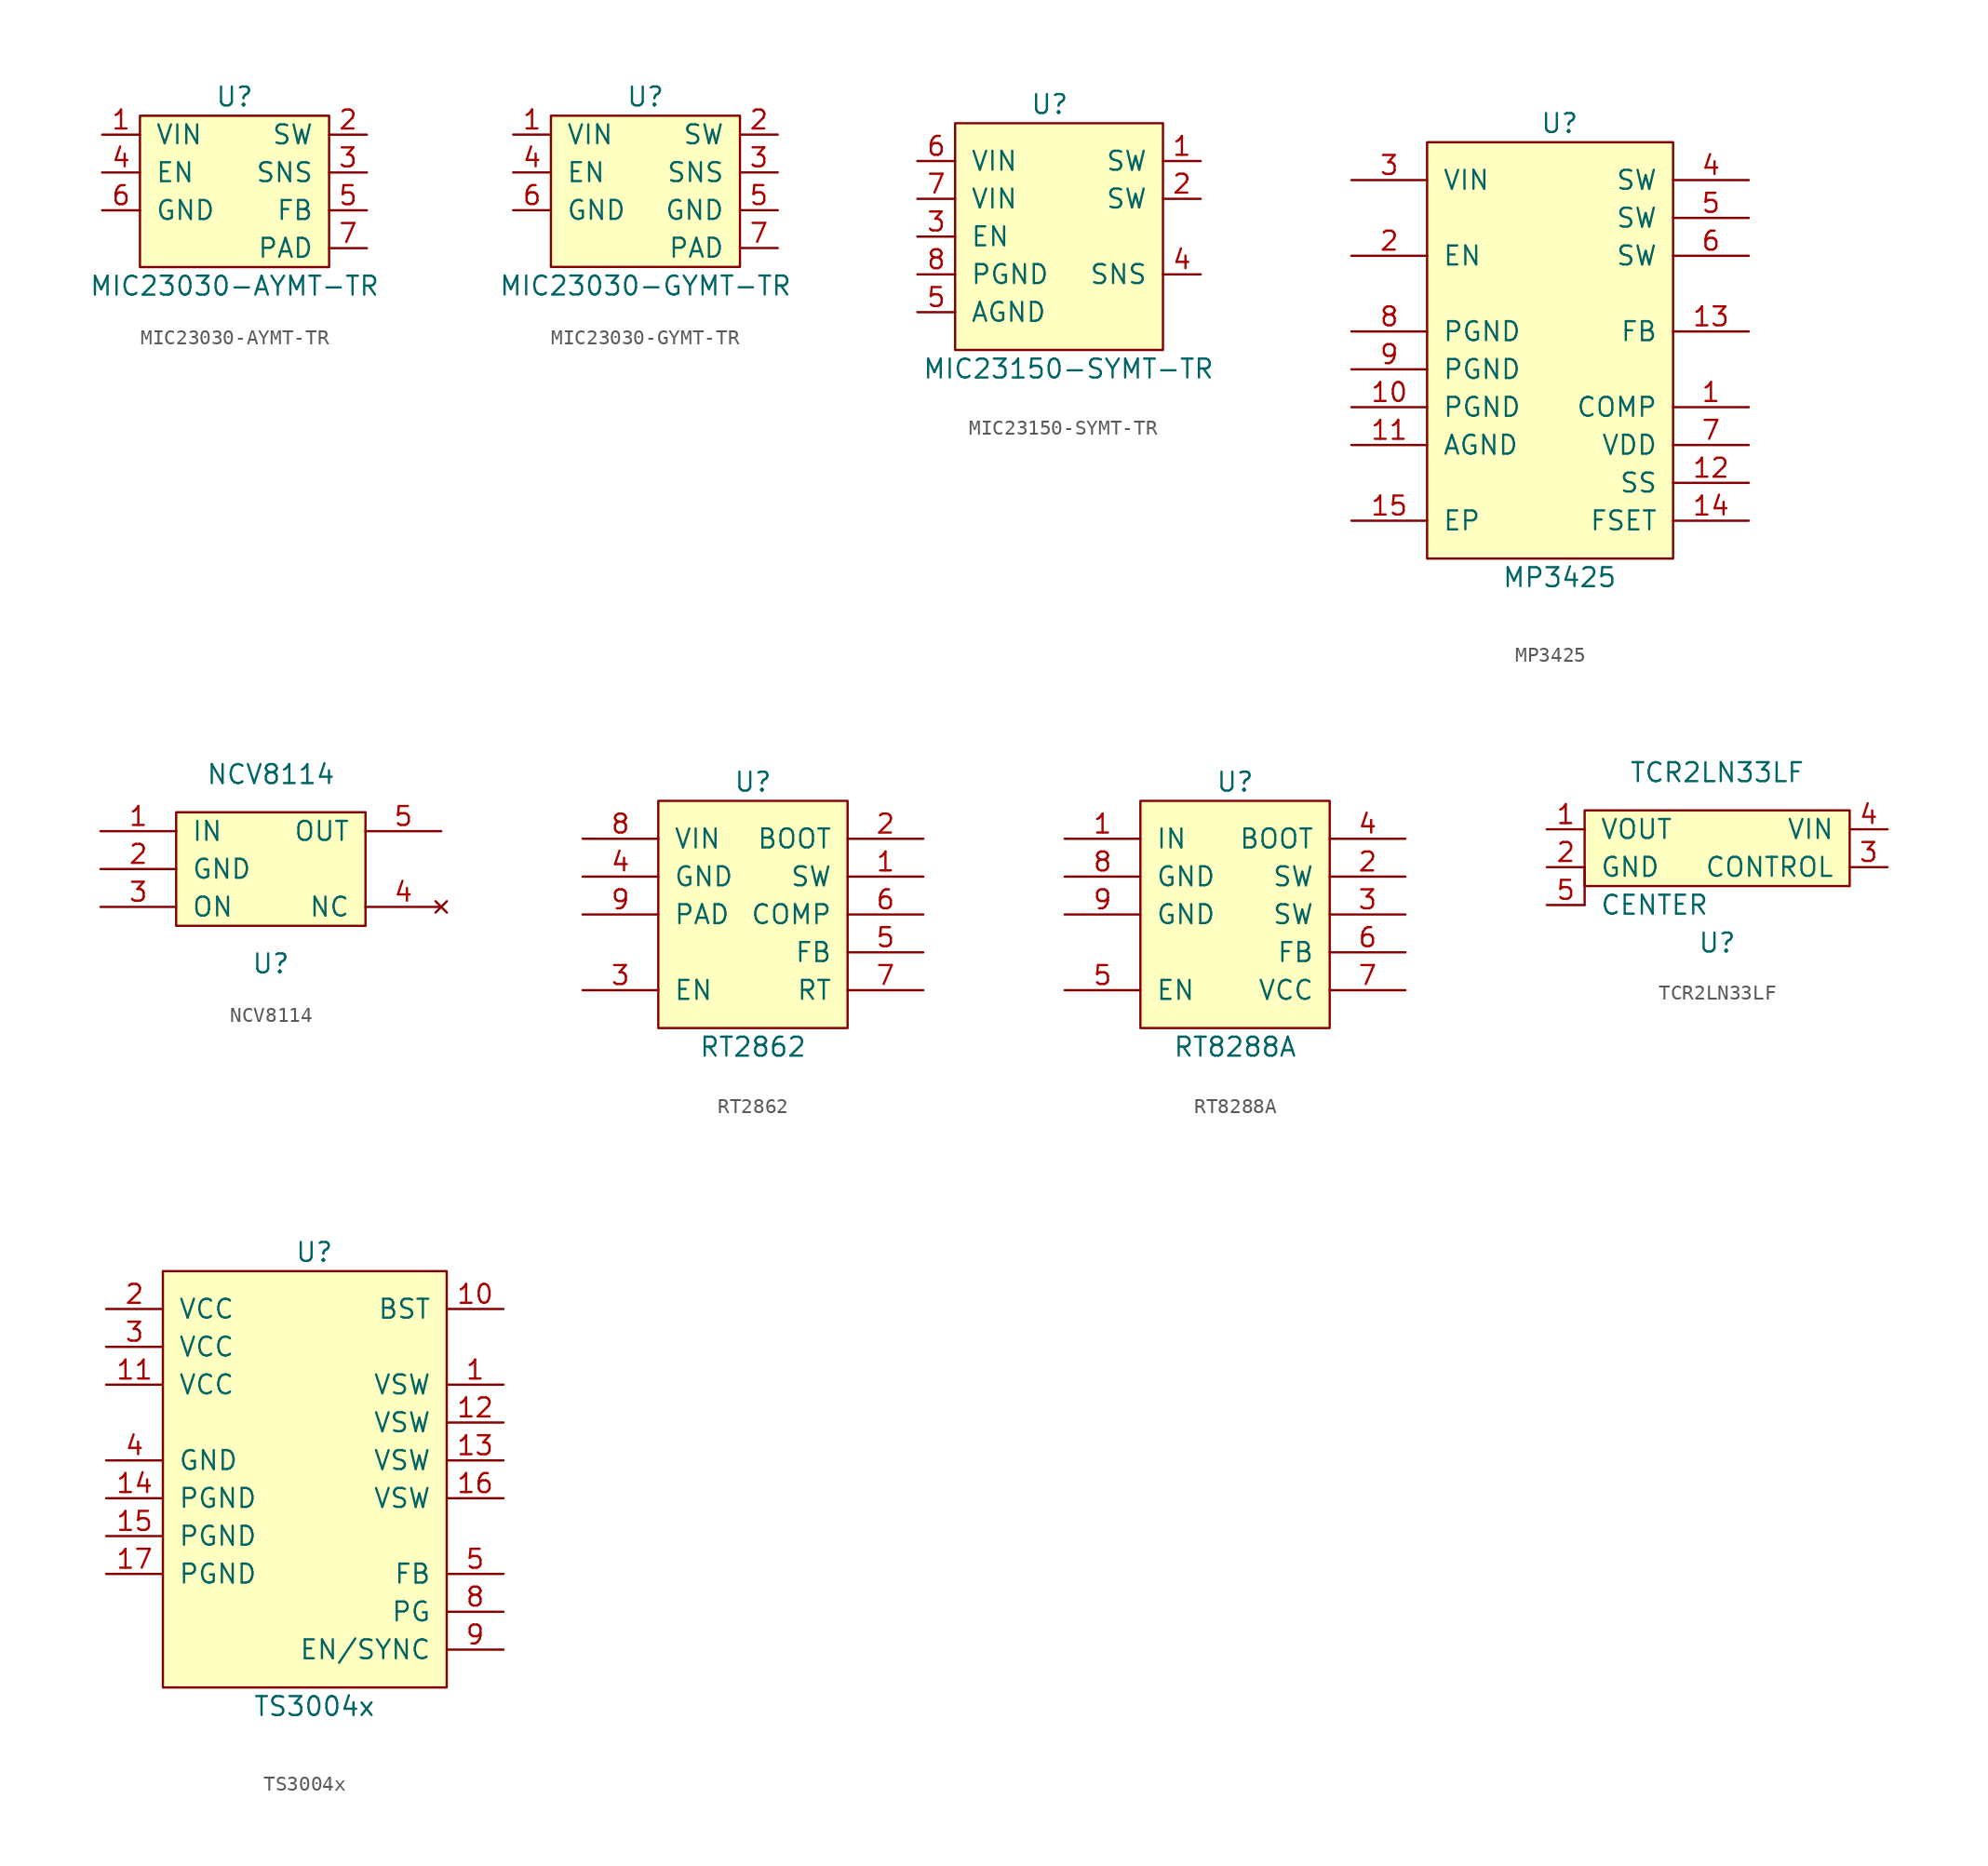
<source format=kicad_sym>
(kicad_symbol_lib
  (version 20211014)
  (generator kicad_symbol_editor)
  (symbol "MIC23030-AYMT-TR"
    (pin_names
      (offset 1.016))
    (property "Reference" "U"
      (at 6.35 1.27 0)
      (effects (font (size 1.27 1.27))))
    (property "Value" "MIC23030-AYMT-TR"
      (at 6.35 -11.43 0)
      (effects (font (size 1.27 1.27))))
    (symbol "MIC23030-AYMT-TR_1_1"
      (rectangle (start 0 0) (end 12.7 -10.16) (stroke (width 0) (type default) (color 0 0 0 0)) (fill (type background)))
      (pin power_in line (at -2.54 -1.27 0) (length 2.54) (name "VIN" (effects (font (size 1.27 1.27)))) (number "1" (effects (font (size 1.27 1.27)))))
      (pin power_out line (at 15.24 -1.27 180) (length 2.54) (name "SW" (effects (font (size 1.27 1.27)))) (number "2" (effects (font (size 1.27 1.27)))))
      (pin input line (at 15.24 -3.81 180) (length 2.54) (name "SNS" (effects (font (size 1.27 1.27)))) (number "3" (effects (font (size 1.27 1.27)))))
      (pin input line (at -2.54 -3.81 0) (length 2.54) (name "EN" (effects (font (size 1.27 1.27)))) (number "4" (effects (font (size 1.27 1.27)))))
      (pin input line (at 15.24 -6.35 180) (length 2.54) (name "FB" (effects (font (size 1.27 1.27)))) (number "5" (effects (font (size 1.27 1.27)))))
      (pin power_in line (at -2.54 -6.35 0) (length 2.54) (name "GND" (effects (font (size 1.27 1.27)))) (number "6" (effects (font (size 1.27 1.27)))))
      (pin passive line (at 15.24 -8.89 180) (length 2.54) (name "PAD" (effects (font (size 1.27 1.27)))) (number "7" (effects (font (size 1.27 1.27)))))))
  (symbol "MIC23030-GYMT-TR"
    (pin_names
      (offset 1.016))
    (property "Reference" "U"
      (at 6.35 1.27 0)
      (effects (font (size 1.27 1.27))))
    (property "Value" "MIC23030-GYMT-TR"
      (at 6.35 -11.43 0)
      (effects (font (size 1.27 1.27))))
    (symbol "MIC23030-GYMT-TR_1_1"
      (rectangle (start 0 0) (end 12.7 -10.16) (stroke (width 0) (type default) (color 0 0 0 0)) (fill (type background)))
      (pin power_in line (at -2.54 -1.27 0) (length 2.54) (name "VIN" (effects (font (size 1.27 1.27)))) (number "1" (effects (font (size 1.27 1.27)))))
      (pin power_out line (at 15.24 -1.27 180) (length 2.54) (name "SW" (effects (font (size 1.27 1.27)))) (number "2" (effects (font (size 1.27 1.27)))))
      (pin input line (at 15.24 -3.81 180) (length 2.54) (name "SNS" (effects (font (size 1.27 1.27)))) (number "3" (effects (font (size 1.27 1.27)))))
      (pin input line (at -2.54 -3.81 0) (length 2.54) (name "EN" (effects (font (size 1.27 1.27)))) (number "4" (effects (font (size 1.27 1.27)))))
      (pin power_in line (at 15.24 -6.35 180) (length 2.54) (name "GND" (effects (font (size 1.27 1.27)))) (number "5" (effects (font (size 1.27 1.27)))))
      (pin power_in line (at -2.54 -6.35 0) (length 2.54) (name "GND" (effects (font (size 1.27 1.27)))) (number "6" (effects (font (size 1.27 1.27)))))
      (pin passive line (at 15.24 -8.89 180) (length 2.54) (name "PAD" (effects (font (size 1.27 1.27)))) (number "7" (effects (font (size 1.27 1.27)))))))
  (symbol "MIC23150-SYMT-TR"
    (pin_names
      (offset 1.016))
    (property "Reference" "U"
      (at 5.08 1.27 0)
      (effects (font (size 1.27 1.27))))
    (property "Value" "MIC23150-SYMT-TR"
      (at 6.35 -16.51 0)
      (effects (font (size 1.27 1.27))))
    (symbol "MIC23150-SYMT-TR_1_1"
      (rectangle (start -1.27 0) (end 12.7 -15.24) (stroke (width 0) (type default) (color 0 0 0 0)) (fill (type background)))
      (pin power_out line (at 15.24 -2.54 180) (length 2.54) (name "SW" (effects (font (size 1.27 1.27)))) (number "1" (effects (font (size 1.27 1.27)))))
      (pin passive line (at 15.24 -5.08 180) (length 2.54) (name "SW" (effects (font (size 1.27 1.27)))) (number "2" (effects (font (size 1.27 1.27)))))
      (pin input line (at -3.81 -7.62 0) (length 2.54) (name "EN" (effects (font (size 1.27 1.27)))) (number "3" (effects (font (size 1.27 1.27)))))
      (pin input line (at 15.24 -10.16 180) (length 2.54) (name "SNS" (effects (font (size 1.27 1.27)))) (number "4" (effects (font (size 1.27 1.27)))))
      (pin power_in line (at -3.81 -12.7 0) (length 2.54) (name "AGND" (effects (font (size 1.27 1.27)))) (number "5" (effects (font (size 1.27 1.27)))))
      (pin power_in line (at -3.81 -2.54 0) (length 2.54) (name "VIN" (effects (font (size 1.27 1.27)))) (number "6" (effects (font (size 1.27 1.27)))))
      (pin power_in line (at -3.81 -5.08 0) (length 2.54) (name "VIN" (effects (font (size 1.27 1.27)))) (number "7" (effects (font (size 1.27 1.27)))))
      (pin power_in line (at -3.81 -10.16 0) (length 2.54) (name "PGND" (effects (font (size 1.27 1.27)))) (number "8" (effects (font (size 1.27 1.27)))))))
  (symbol "MP3425"
    (pin_names
      (offset 1.016))
    (property "Reference" "U"
      (at 0 13.97 0)
      (effects (font (size 1.27 1.27))))
    (property "Value" "MP3425"
      (at 0 -16.51 0)
      (effects (font (size 1.27 1.27))))
    (symbol "MP3425_0_1"
      (rectangle (start -8.89 12.7) (end 7.62 -15.24) (stroke (width 0) (type default) (color 0 0 0 0)) (fill (type background))))
    (symbol "MP3425_1_1"
      (pin passive line (at 12.7 -5.08 180) (length 5.08) (name "COMP" (effects (font (size 1.27 1.27)))) (number "1" (effects (font (size 1.27 1.27)))))
      (pin power_in line (at -13.97 -5.08 0) (length 5.08) (name "PGND" (effects (font (size 1.27 1.27)))) (number "10" (effects (font (size 1.27 1.27)))))
      (pin power_in line (at -13.97 -7.62 0) (length 5.08) (name "AGND" (effects (font (size 1.27 1.27)))) (number "11" (effects (font (size 1.27 1.27)))))
      (pin passive line (at 12.7 -10.16 180) (length 5.08) (name "SS" (effects (font (size 1.27 1.27)))) (number "12" (effects (font (size 1.27 1.27)))))
      (pin passive line (at 12.7 0 180) (length 5.08) (name "FB" (effects (font (size 1.27 1.27)))) (number "13" (effects (font (size 1.27 1.27)))))
      (pin passive line (at 12.7 -12.7 180) (length 5.08) (name "FSET" (effects (font (size 1.27 1.27)))) (number "14" (effects (font (size 1.27 1.27)))))
      (pin passive line (at -13.97 -12.7 0) (length 5.08) (name "EP" (effects (font (size 1.27 1.27)))) (number "15" (effects (font (size 1.27 1.27)))))
      (pin passive line (at -13.97 5.08 0) (length 5.08) (name "EN" (effects (font (size 1.27 1.27)))) (number "2" (effects (font (size 1.27 1.27)))))
      (pin power_in line (at -13.97 10.16 0) (length 5.08) (name "VIN" (effects (font (size 1.27 1.27)))) (number "3" (effects (font (size 1.27 1.27)))))
      (pin passive line (at 12.7 10.16 180) (length 5.08) (name "SW" (effects (font (size 1.27 1.27)))) (number "4" (effects (font (size 1.27 1.27)))))
      (pin passive line (at 12.7 7.62 180) (length 5.08) (name "SW" (effects (font (size 1.27 1.27)))) (number "5" (effects (font (size 1.27 1.27)))))
      (pin passive line (at 12.7 5.08 180) (length 5.08) (name "SW" (effects (font (size 1.27 1.27)))) (number "6" (effects (font (size 1.27 1.27)))))
      (pin passive line (at 12.7 -7.62 180) (length 5.08) (name "VDD" (effects (font (size 1.27 1.27)))) (number "7" (effects (font (size 1.27 1.27)))))
      (pin power_in line (at -13.97 0 0) (length 5.08) (name "PGND" (effects (font (size 1.27 1.27)))) (number "8" (effects (font (size 1.27 1.27)))))
      (pin power_in line (at -13.97 -2.54 0) (length 5.08) (name "PGND" (effects (font (size 1.27 1.27)))) (number "9" (effects (font (size 1.27 1.27)))))))
  (symbol "NCV8114"
    (pin_names
      (offset 1.016))
    (property "Reference" "U"
      (at 0 -6.35 0)
      (effects (font (size 1.27 1.27))))
    (property "Value" "NCV8114"
      (at 0 6.35 0)
      (effects (font (size 1.27 1.27))))
    (symbol "NCV8114_0_1"
      (rectangle (start -6.35 3.81) (end 6.35 -3.81) (stroke (width 0) (type default) (color 0 0 0 0)) (fill (type background))))
    (symbol "NCV8114_1_1"
      (pin power_in line (at -11.43 2.54 0) (length 5.08) (name "IN" (effects (font (size 1.27 1.27)))) (number "1" (effects (font (size 1.27 1.27)))))
      (pin power_in line (at -11.43 0 0) (length 5.08) (name "GND" (effects (font (size 1.27 1.27)))) (number "2" (effects (font (size 1.27 1.27)))))
      (pin input line (at -11.43 -2.54 0) (length 5.08) (name "ON" (effects (font (size 1.27 1.27)))) (number "3" (effects (font (size 1.27 1.27)))))
      (pin no_connect line (at 11.43 -2.54 180) (length 5.08) (name "NC" (effects (font (size 1.27 1.27)))) (number "4" (effects (font (size 1.27 1.27)))))
      (pin power_out line (at 11.43 2.54 180) (length 5.08) (name "OUT" (effects (font (size 1.27 1.27)))) (number "5" (effects (font (size 1.27 1.27)))))))
  (symbol "RT2862"
    (pin_names
      (offset 1.016))
    (property "Reference" "U"
      (at 6.35 1.27 0)
      (effects (font (size 1.27 1.27))))
    (property "Value" "RT2862"
      (at 6.35 -16.51 0)
      (effects (font (size 1.27 1.27))))
    (symbol "RT2862_0_1"
      (rectangle (start 0 0) (end 12.7 -15.24) (stroke (width 0) (type default) (color 0 0 0 0)) (fill (type background))))
    (symbol "RT2862_1_1"
      (pin output line (at 17.78 -5.08 180) (length 5.08) (name "SW" (effects (font (size 1.27 1.27)))) (number "1" (effects (font (size 1.27 1.27)))))
      (pin passive line (at 17.78 -2.54 180) (length 5.08) (name "BOOT" (effects (font (size 1.27 1.27)))) (number "2" (effects (font (size 1.27 1.27)))))
      (pin input line (at -5.08 -12.7 0) (length 5.08) (name "EN" (effects (font (size 1.27 1.27)))) (number "3" (effects (font (size 1.27 1.27)))))
      (pin power_in line (at -5.08 -5.08 0) (length 5.08) (name "GND" (effects (font (size 1.27 1.27)))) (number "4" (effects (font (size 1.27 1.27)))))
      (pin passive line (at 17.78 -10.16 180) (length 5.08) (name "FB" (effects (font (size 1.27 1.27)))) (number "5" (effects (font (size 1.27 1.27)))))
      (pin output line (at 17.78 -7.62 180) (length 5.08) (name "COMP" (effects (font (size 1.27 1.27)))) (number "6" (effects (font (size 1.27 1.27)))))
      (pin passive line (at 17.78 -12.7 180) (length 5.08) (name "RT" (effects (font (size 1.27 1.27)))) (number "7" (effects (font (size 1.27 1.27)))))
      (pin power_in line (at -5.08 -2.54 0) (length 5.08) (name "VIN" (effects (font (size 1.27 1.27)))) (number "8" (effects (font (size 1.27 1.27)))))
      (pin passive line (at -5.08 -7.62 0) (length 5.08) (name "PAD" (effects (font (size 1.27 1.27)))) (number "9" (effects (font (size 1.27 1.27)))))))
  (symbol "RT8288A"
    (pin_names
      (offset 1.016))
    (property "Reference" "U"
      (at 6.35 1.27 0)
      (effects (font (size 1.27 1.27))))
    (property "Value" "RT8288A"
      (at 6.35 -16.51 0)
      (effects (font (size 1.27 1.27))))
    (symbol "RT8288A_0_1"
      (rectangle (start 0 0) (end 12.7 -15.24) (stroke (width 0) (type default) (color 0 0 0 0)) (fill (type background))))
    (symbol "RT8288A_1_1"
      (pin power_in line (at -5.08 -2.54 0) (length 5.08) (name "IN" (effects (font (size 1.27 1.27)))) (number "1" (effects (font (size 1.27 1.27)))))
      (pin output line (at 17.78 -5.08 180) (length 5.08) (name "SW" (effects (font (size 1.27 1.27)))) (number "2" (effects (font (size 1.27 1.27)))))
      (pin passive line (at 17.78 -7.62 180) (length 5.08) (name "SW" (effects (font (size 1.27 1.27)))) (number "3" (effects (font (size 1.27 1.27)))))
      (pin passive line (at 17.78 -2.54 180) (length 5.08) (name "BOOT" (effects (font (size 1.27 1.27)))) (number "4" (effects (font (size 1.27 1.27)))))
      (pin input line (at -5.08 -12.7 0) (length 5.08) (name "EN" (effects (font (size 1.27 1.27)))) (number "5" (effects (font (size 1.27 1.27)))))
      (pin passive line (at 17.78 -10.16 180) (length 5.08) (name "FB" (effects (font (size 1.27 1.27)))) (number "6" (effects (font (size 1.27 1.27)))))
      (pin passive line (at 17.78 -12.7 180) (length 5.08) (name "VCC" (effects (font (size 1.27 1.27)))) (number "7" (effects (font (size 1.27 1.27)))))
      (pin power_in line (at -5.08 -5.08 0) (length 5.08) (name "GND" (effects (font (size 1.27 1.27)))) (number "8" (effects (font (size 1.27 1.27)))))
      (pin power_in line (at -5.08 -7.62 0) (length 5.08) (name "GND" (effects (font (size 1.27 1.27)))) (number "9" (effects (font (size 1.27 1.27)))))))
  (symbol "TCR2LN33LF"
    (pin_names
      (offset 1.016))
    (property "Reference" "U"
      (at 0 -6.35 0)
      (effects (font (size 1.27 1.27))))
    (property "Value" "TCR2LN33LF"
      (at 0 5.08 0)
      (effects (font (size 1.27 1.27))))
    (symbol "TCR2LN33LF_0_1"
      (rectangle (start -8.89 -1.27) (end -8.89 -3.81) (stroke (width 0) (type default) (color 0 0 0 0)) (fill (type none)))
      (rectangle (start -8.89 2.54) (end 8.89 -2.54) (stroke (width 0) (type default) (color 0 0 0 0)) (fill (type background))))
    (symbol "TCR2LN33LF_1_1"
      (pin power_out line (at -11.43 1.27 0) (length 2.54) (name "VOUT" (effects (font (size 1.27 1.27)))) (number "1" (effects (font (size 1.27 1.27)))))
      (pin power_in line (at -11.43 -1.27 0) (length 2.54) (name "GND" (effects (font (size 1.27 1.27)))) (number "2" (effects (font (size 1.27 1.27)))))
      (pin input line (at 11.43 -1.27 180) (length 2.54) (name "CONTROL" (effects (font (size 1.27 1.27)))) (number "3" (effects (font (size 1.27 1.27)))))
      (pin power_in line (at 11.43 1.27 180) (length 2.54) (name "VIN" (effects (font (size 1.27 1.27)))) (number "4" (effects (font (size 1.27 1.27)))))
      (pin power_in line (at -11.43 -3.81 0) (length 2.54) (name "CENTER" (effects (font (size 1.27 1.27)))) (number "5" (effects (font (size 1.27 1.27)))))))
  (symbol "TS3004x"
    (pin_names
      (offset 1.016))
    (property "Reference" "U"
      (at 10.16 1.27 0)
      (effects (font (size 1.27 1.27))))
    (property "Value" "TS3004x"
      (at 10.16 -29.21 0)
      (effects (font (size 1.27 1.27))))
    (symbol "TS3004x_0_1"
      (rectangle (start 0 0) (end 19.05 -27.94) (stroke (width 0) (type default) (color 0 0 0 0)) (fill (type background))))
    (symbol "TS3004x_1_1"
      (pin power_out line (at 22.86 -7.62 180) (length 3.81) (name "VSW" (effects (font (size 1.27 1.27)))) (number "1" (effects (font (size 1.27 1.27)))))
      (pin passive line (at 22.86 -2.54 180) (length 3.81) (name "BST" (effects (font (size 1.27 1.27)))) (number "10" (effects (font (size 1.27 1.27)))))
      (pin power_in line (at -3.81 -7.62 0) (length 3.81) (name "VCC" (effects (font (size 1.27 1.27)))) (number "11" (effects (font (size 1.27 1.27)))))
      (pin power_out line (at 22.86 -10.16 180) (length 3.81) (name "VSW" (effects (font (size 1.27 1.27)))) (number "12" (effects (font (size 1.27 1.27)))))
      (pin power_out line (at 22.86 -12.7 180) (length 3.81) (name "VSW" (effects (font (size 1.27 1.27)))) (number "13" (effects (font (size 1.27 1.27)))))
      (pin power_in line (at -3.81 -15.24 0) (length 3.81) (name "PGND" (effects (font (size 1.27 1.27)))) (number "14" (effects (font (size 1.27 1.27)))))
      (pin power_in line (at -3.81 -17.78 0) (length 3.81) (name "PGND" (effects (font (size 1.27 1.27)))) (number "15" (effects (font (size 1.27 1.27)))))
      (pin power_out line (at 22.86 -15.24 180) (length 3.81) (name "VSW" (effects (font (size 1.27 1.27)))) (number "16" (effects (font (size 1.27 1.27)))))
      (pin power_in line (at -3.81 -20.32 0) (length 3.81) (name "PGND" (effects (font (size 1.27 1.27)))) (number "17" (effects (font (size 1.27 1.27)))))
      (pin power_in line (at -3.81 -2.54 0) (length 3.81) (name "VCC" (effects (font (size 1.27 1.27)))) (number "2" (effects (font (size 1.27 1.27)))))
      (pin power_in line (at -3.81 -5.08 0) (length 3.81) (name "VCC" (effects (font (size 1.27 1.27)))) (number "3" (effects (font (size 1.27 1.27)))))
      (pin power_in line (at -3.81 -12.7 0) (length 3.81) (name "GND" (effects (font (size 1.27 1.27)))) (number "4" (effects (font (size 1.27 1.27)))))
      (pin passive line (at 22.86 -20.32 180) (length 3.81) (name "FB" (effects (font (size 1.27 1.27)))) (number "5" (effects (font (size 1.27 1.27)))))
      (pin passive line (at 22.86 -22.86 180) (length 3.81) (name "PG" (effects (font (size 1.27 1.27)))) (number "8" (effects (font (size 1.27 1.27)))))
      (pin passive line (at 22.86 -25.4 180) (length 3.81) (name "EN/SYNC" (effects (font (size 1.27 1.27)))) (number "9" (effects (font (size 1.27 1.27))))))))
</source>
